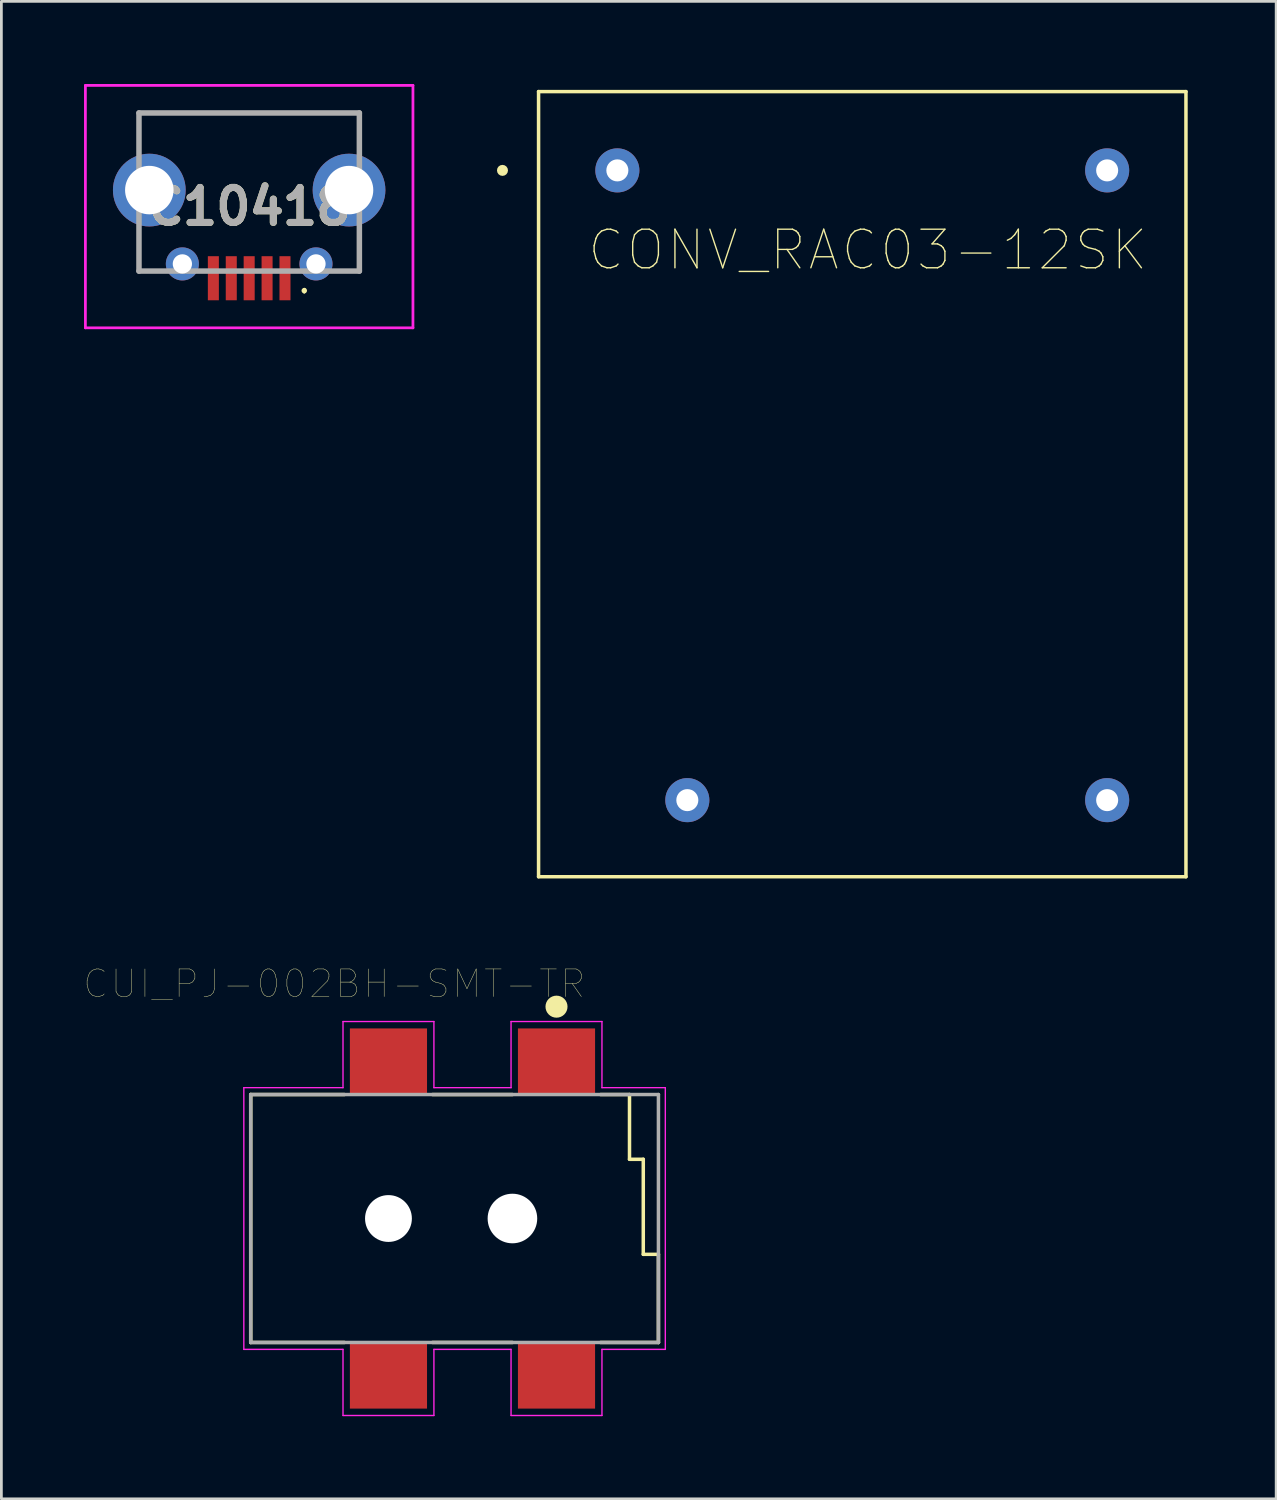
<source format=kicad_pcb>
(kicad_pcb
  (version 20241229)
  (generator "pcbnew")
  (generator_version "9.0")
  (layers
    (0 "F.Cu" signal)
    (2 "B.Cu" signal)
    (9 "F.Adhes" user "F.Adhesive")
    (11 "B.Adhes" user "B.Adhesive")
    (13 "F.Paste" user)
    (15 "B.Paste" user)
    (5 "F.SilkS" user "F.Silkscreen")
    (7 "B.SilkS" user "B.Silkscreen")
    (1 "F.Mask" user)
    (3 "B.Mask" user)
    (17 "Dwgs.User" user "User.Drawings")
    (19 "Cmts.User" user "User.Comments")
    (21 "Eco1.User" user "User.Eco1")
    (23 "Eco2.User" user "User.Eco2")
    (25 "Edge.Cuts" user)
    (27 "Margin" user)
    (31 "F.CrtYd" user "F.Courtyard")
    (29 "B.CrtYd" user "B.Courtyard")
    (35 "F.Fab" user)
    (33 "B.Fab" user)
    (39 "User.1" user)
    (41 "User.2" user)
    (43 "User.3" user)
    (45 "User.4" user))
  (footprint "CUI_PJ-002BH-SMT-TR"
    (layer "F.Cu")
    (at 17.151 35.482)
    (property "Reference" "CUI_PJ-002BH-SMT-TR" (at -8.069 -2.82 0) (layer "F.SilkS") (effects (font (size 1.002 1.002) (thickness 0.015))))
    (attr through_hole)
    (fp_line (start -11.1 1.2) (end -11.1 10.2) (stroke (width 0.127) (type solid)) (layer "F.SilkS"))
    (fp_line (start -11.1 10.2) (end -7.7 10.2) (stroke (width 0.127) (type solid)) (layer "F.SilkS"))
    (fp_line (start -7.7 1.2) (end -11.1 1.2) (stroke (width 0.127) (type solid)) (layer "F.SilkS"))
    (fp_line (start -4.5 10.2) (end -1.6 10.2) (stroke (width 0.127) (type solid)) (layer "F.SilkS"))
    (fp_line (start -1.6 1.2) (end -4.5 1.2) (stroke (width 0.127) (type solid)) (layer "F.SilkS"))
    (fp_line (start 1.6 10.2) (end 3.7 10.2) (stroke (width 0.127) (type solid)) (layer "F.SilkS"))
    (fp_line (start 2.65 1.2) (end 1.6 1.2) (stroke (width 0.127) (type solid)) (layer "F.SilkS"))
    (fp_line (start 2.65 3.55) (end 2.65 1.2) (stroke (width 0.127) (type solid)) (layer "F.SilkS"))
    (fp_line (start 3.15 3.55) (end 2.65 3.55) (stroke (width 0.127) (type solid)) (layer "F.SilkS"))
    (fp_line (start 3.15 7) (end 3.15 3.55) (stroke (width 0.127) (type solid)) (layer "F.SilkS"))
    (fp_line (start 3.7 7) (end 3.15 7) (stroke (width 0.127) (type solid)) (layer "F.SilkS"))
    (fp_line (start 3.7 10.2) (end 3.7 7) (stroke (width 0.127) (type solid)) (layer "F.SilkS"))
    (fp_circle (center 0 -1.99) (end 0.2 -1.99) (stroke (width 0.4) (type solid)) (fill no) (layer "F.SilkS"))
    (fp_line (start -11.35 0.95) (end -7.75 0.95) (stroke (width 0.05) (type solid)) (layer "F.CrtYd"))
    (fp_line (start -11.35 10.45) (end -11.35 0.95) (stroke (width 0.05) (type solid)) (layer "F.CrtYd"))
    (fp_line (start -7.75 -1.45) (end -4.45 -1.45) (stroke (width 0.05) (type solid)) (layer "F.CrtYd"))
    (fp_line (start -7.75 0.95) (end -7.75 -1.45) (stroke (width 0.05) (type solid)) (layer "F.CrtYd"))
    (fp_line (start -7.75 10.45) (end -11.35 10.45) (stroke (width 0.05) (type solid)) (layer "F.CrtYd"))
    (fp_line (start -7.75 12.85) (end -7.75 10.45) (stroke (width 0.05) (type solid)) (layer "F.CrtYd"))
    (fp_line (start -4.45 -1.45) (end -4.45 0.95) (stroke (width 0.05) (type solid)) (layer "F.CrtYd"))
    (fp_line (start -4.45 0.95) (end -1.65 0.95) (stroke (width 0.05) (type solid)) (layer "F.CrtYd"))
    (fp_line (start -4.45 10.45) (end -4.45 12.85) (stroke (width 0.05) (type solid)) (layer "F.CrtYd"))
    (fp_line (start -4.45 12.85) (end -7.75 12.85) (stroke (width 0.05) (type solid)) (layer "F.CrtYd"))
    (fp_line (start -1.65 -1.45) (end 1.65 -1.45) (stroke (width 0.05) (type solid)) (layer "F.CrtYd"))
    (fp_line (start -1.65 0.95) (end -1.65 -1.45) (stroke (width 0.05) (type solid)) (layer "F.CrtYd"))
    (fp_line (start -1.65 10.45) (end -4.45 10.45) (stroke (width 0.05) (type solid)) (layer "F.CrtYd"))
    (fp_line (start -1.65 12.85) (end -1.65 10.45) (stroke (width 0.05) (type solid)) (layer "F.CrtYd"))
    (fp_line (start 1.65 -1.45) (end 1.65 0.95) (stroke (width 0.05) (type solid)) (layer "F.CrtYd"))
    (fp_line (start 1.65 0.95) (end 3.95 0.95) (stroke (width 0.05) (type solid)) (layer "F.CrtYd"))
    (fp_line (start 1.65 10.45) (end 1.65 12.85) (stroke (width 0.05) (type solid)) (layer "F.CrtYd"))
    (fp_line (start 1.65 12.85) (end -1.65 12.85) (stroke (width 0.05) (type solid)) (layer "F.CrtYd"))
    (fp_line (start 3.95 0.95) (end 3.95 10.45) (stroke (width 0.05) (type solid)) (layer "F.CrtYd"))
    (fp_line (start 3.95 10.45) (end 1.65 10.45) (stroke (width 0.05) (type solid)) (layer "F.CrtYd"))
    (fp_line (start -11.1 1.2) (end -11.1 10.2) (stroke (width 0.127) (type solid)) (layer "F.Fab"))
    (fp_line (start -11.1 10.2) (end 3.7 10.2) (stroke (width 0.127) (type solid)) (layer "F.Fab"))
    (fp_line (start 3.7 1.2) (end -11.1 1.2) (stroke (width 0.127) (type solid)) (layer "F.Fab"))
    (fp_line (start 3.7 10.2) (end 3.7 1.2) (stroke (width 0.127) (type solid)) (layer "F.Fab"))
    (pad "" np_thru_hole circle (at -6.1 5.7) (size 1.7 1.7) (drill 1.7) (layers "*.Cu" "*.Mask"))
    (pad "" np_thru_hole circle (at -1.6 5.7) (size 1.8 1.8) (drill 1.8) (layers "*.Cu" "*.Mask"))
    (pad "1A" smd rect (at 0 0) (size 2.8 2.4) (layers "F.Cu" "F.Mask" "F.Paste"))
    (pad "1B" smd rect (at -6.1 0) (size 2.8 2.4) (layers "F.Cu" "F.Mask" "F.Paste"))
    (pad "2" smd rect (at -6.1 11.4) (size 2.8 2.4) (layers "F.Cu" "F.Mask" "F.Paste"))
    (pad "3" smd rect (at 0 11.4) (size 2.8 2.4) (layers "F.Cu" "F.Mask" "F.Paste")))
  (footprint "CONV_RAC03-12SK"
    (layer "F.Cu")
    (at 28.25 14.525)
    (property "Reference" "CONV_RAC03-12SK" (at 0.2 -8.5 0) (layer "F.SilkS") (effects (font (size 1.4 1.4) (thickness 0.05))))
    (attr through_hole)
    (fp_line (start -11.75 -14.25) (end -11.75 14.25) (stroke (width 0.127) (type solid)) (layer "F.SilkS"))
    (fp_line (start -11.75 14.25) (end 11.75 14.25) (stroke (width 0.127) (type solid)) (layer "F.SilkS"))
    (fp_line (start 11.75 -14.25) (end -11.75 -14.25) (stroke (width 0.127) (type solid)) (layer "F.SilkS"))
    (fp_line (start 11.75 14.25) (end 11.75 -14.25) (stroke (width 0.127) (type solid)) (layer "F.SilkS"))
    (fp_circle (center -13.06 -11.39) (end -12.96 -11.39) (stroke (width 0.2) (type solid)) (fill no) (layer "F.SilkS"))
    (fp_line (start -12 14.5) (end -12 -14.5) (stroke (width 0.05) (type solid)) (layer "Eco1.User"))
    (fp_line (start -12 14.5) (end 12 14.5) (stroke (width 0.05) (type solid)) (layer "Eco1.User"))
    (fp_line (start 12 -14.5) (end -12 -14.5) (stroke (width 0.05) (type solid)) (layer "Eco1.User"))
    (fp_line (start 12 -14.5) (end 12 14.5) (stroke (width 0.05) (type solid)) (layer "Eco1.User"))
    (fp_line (start -11.75 -14.25) (end -11.75 14.25) (stroke (width 0.127) (type solid)) (layer "Eco2.User"))
    (fp_line (start -11.75 14.25) (end 11.75 14.25) (stroke (width 0.127) (type solid)) (layer "Eco2.User"))
    (fp_line (start 11.75 -14.25) (end -11.75 -14.25) (stroke (width 0.127) (type solid)) (layer "Eco2.User"))
    (fp_line (start 11.75 14.25) (end 11.75 -14.25) (stroke (width 0.127) (type solid)) (layer "Eco2.User"))
    (fp_circle (center -13.06 -11.39) (end -12.96 -11.39) (stroke (width 0.2) (type solid)) (fill no) (layer "Eco2.User"))
    (pad "1" thru_hole circle (at -8.89 -11.39 270) (size 1.6 1.6) (drill 0.8) (layers "*.Cu" "*.Mask"))
    (pad "2" thru_hole circle (at -6.35 11.47 270) (size 1.6 1.6) (drill 0.8) (layers "*.Cu" "*.Mask"))
    (pad "3" thru_hole circle (at 8.89 11.47 270) (size 1.6 1.6) (drill 0.8) (layers "*.Cu" "*.Mask"))
    (pad "4" thru_hole circle (at 8.89 -11.39 270) (size 1.6 1.6) (drill 0.8) (layers "*.Cu" "*.Mask")))
  (footprint "C10418"
    (layer "F.Cu")
    (at 5.995 4.05)
    (property "Reference" "C10418" (at 0 0.4 0) (layer "F.SilkS") (effects (font (size 1.27 1.27) (thickness 0.254))))
    (attr through_hole)
    (fp_line (start -4 -3) (end 4 -3) (stroke (width 0.1) (type solid)) (layer "F.SilkS"))
    (fp_line (start -4 -1.8) (end -4 -3) (stroke (width 0.1) (type solid)) (layer "F.SilkS"))
    (fp_line (start -4 1.4) (end -4 2.74) (stroke (width 0.1) (type solid)) (layer "F.SilkS"))
    (fp_line (start -4 2.74) (end -3.2 2.74) (stroke (width 0.1) (type solid)) (layer "F.SilkS"))
    (fp_line (start 2 3.4) (end 2 3.4) (stroke (width 0.1) (type solid)) (layer "F.SilkS"))
    (fp_line (start 2 3.5) (end 2 3.5) (stroke (width 0.1) (type solid)) (layer "F.SilkS"))
    (fp_line (start 4 -3) (end 4 -1.8) (stroke (width 0.1) (type solid)) (layer "F.SilkS"))
    (fp_line (start 4 1.4) (end 4 2.74) (stroke (width 0.1) (type solid)) (layer "F.SilkS"))
    (fp_line (start 4 2.74) (end 3.2 2.74) (stroke (width 0.1) (type solid)) (layer "F.SilkS"))
    (fp_arc (start 2 3.4) (mid 2.05 3.45) (end 2 3.5) (stroke (width 0.1) (type solid)) (layer "F.SilkS"))
    (fp_arc (start 2 3.5) (mid 1.95 3.45) (end 2 3.4) (stroke (width 0.1) (type solid)) (layer "F.SilkS"))
    (fp_line (start -5.945 -4) (end 5.945 -4) (stroke (width 0.1) (type solid)) (layer "F.CrtYd"))
    (fp_line (start -5.945 4.8) (end -5.945 -4) (stroke (width 0.1) (type solid)) (layer "F.CrtYd"))
    (fp_line (start 5.945 -4) (end 5.945 4.8) (stroke (width 0.1) (type solid)) (layer "F.CrtYd"))
    (fp_line (start 5.945 4.8) (end -5.945 4.8) (stroke (width 0.1) (type solid)) (layer "F.CrtYd"))
    (fp_line (start -4 -3) (end 4 -3) (stroke (width 0.2) (type solid)) (layer "F.Fab"))
    (fp_line (start -4 2.74) (end -4 -3) (stroke (width 0.2) (type solid)) (layer "F.Fab"))
    (fp_line (start 4 -3) (end 4 2.74) (stroke (width 0.2) (type solid)) (layer "F.Fab"))
    (fp_line (start 4 2.74) (end -4 2.74) (stroke (width 0.2) (type solid)) (layer "F.Fab"))
    (fp_text user "${REFERENCE}" (at 0 0.4 0) (layer "F.Fab") (effects (font (size 1.27 1.27) (thickness 0.254))))
    (pad "1" smd rect (at 1.3 3) (size 0.4 1.6) (layers "F.Cu" "F.Mask" "F.Paste"))
    (pad "2" smd rect (at 0.65 3) (size 0.4 1.6) (layers "F.Cu" "F.Mask" "F.Paste"))
    (pad "3" smd rect (at 0 3) (size 0.4 1.6) (layers "F.Cu" "F.Mask" "F.Paste"))
    (pad "4" smd rect (at -0.65 3) (size 0.4 1.6) (layers "F.Cu" "F.Mask" "F.Paste"))
    (pad "5" smd rect (at -1.3 3) (size 0.4 1.6) (layers "F.Cu" "F.Mask" "F.Paste"))
    (pad "MH1" thru_hole circle (at -3.625 -0.2) (size 2.64 2.64) (drill 1.76) (layers "*.Cu" "*.Mask"))
    (pad "MH2" thru_hole circle (at 3.625 -0.2) (size 2.64 2.64) (drill 1.76) (layers "*.Cu" "*.Mask"))
    (pad "MH3" thru_hole circle (at -2.425 2.48) (size 1.2 1.2) (drill 0.7) (layers "*.Cu" "*.Mask"))
    (pad "MH4" thru_hole circle (at 2.425 2.48) (size 1.2 1.2) (drill 0.7) (layers "*.Cu" "*.Mask")))
  (gr_rect
    (start -3 -3)
    (end 43.275 51.357)
    (stroke (width 0.1) (type default))
    (fill no)
    (layer "Edge.Cuts")))
</source>
